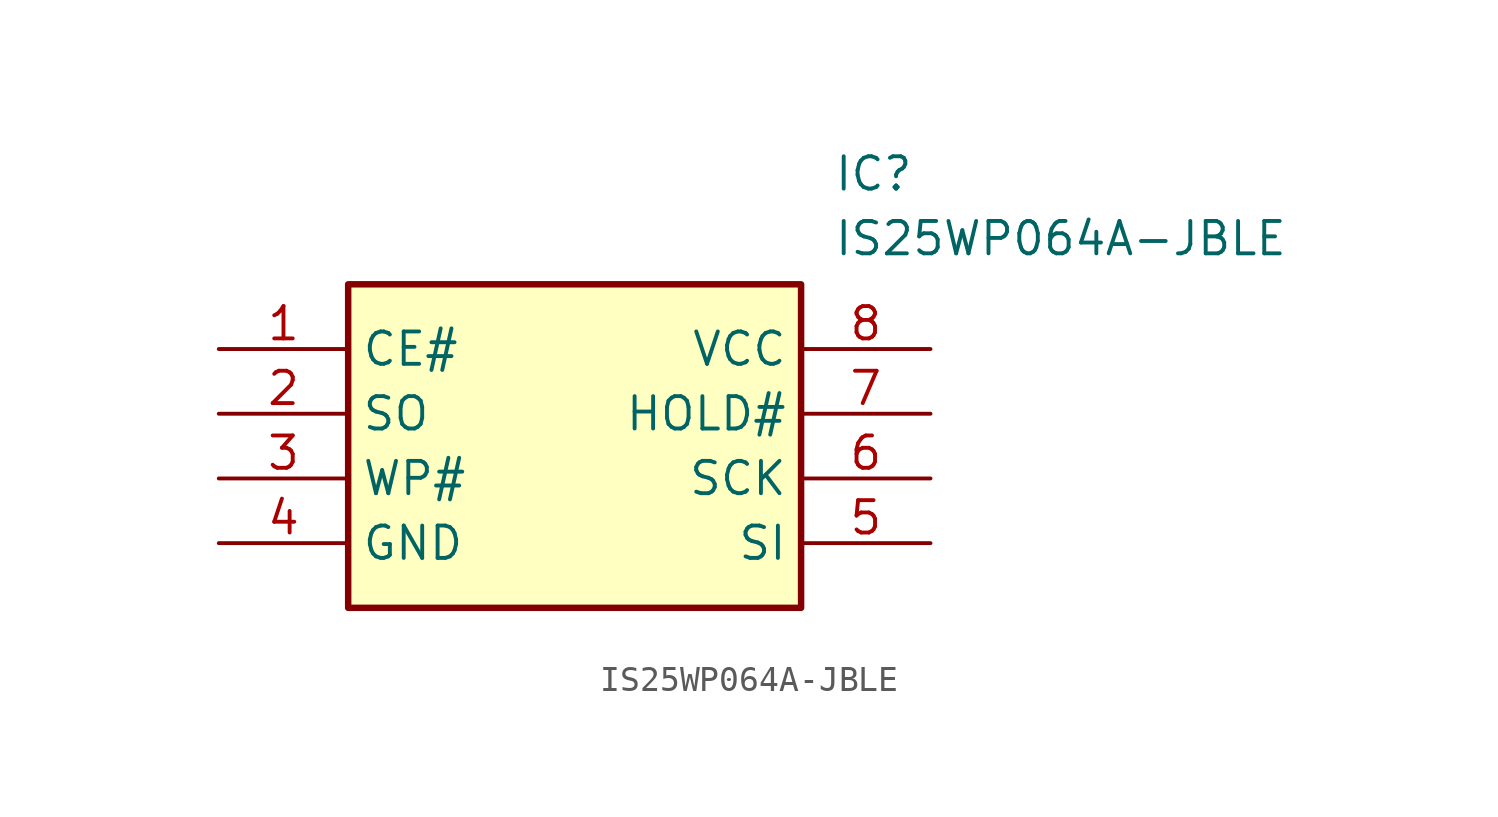
<source format=kicad_sym>
(kicad_symbol_lib
  (version 20211014)
  (generator SamacSys_ECAD_Model)
  (symbol "IS25WP064A-JBLE"
    (property "Reference" "IC"
      (at 24.13 7.62 0)
      (effects (font (size 1.27 1.27)) (justify left top)))
    (property "Value" "IS25WP064A-JBLE"
      (at 24.13 5.08 0)
      (effects (font (size 1.27 1.27)) (justify left top)))
    (rectangle
      (start 5.08 2.54)
      (end 22.86 -10.16)
      (stroke (width 0.254) (type default))
      (fill (type background)))
    (pin passive line
      (at 0 0 0)
      (length 5.08)
      (name "CE#" (effects (font (size 1.27 1.27))))
      (number "1" (effects (font (size 1.27 1.27)))))
    (pin passive line
      (at 0 -2.54 0)
      (length 5.08)
      (name "SO" (effects (font (size 1.27 1.27))))
      (number "2" (effects (font (size 1.27 1.27)))))
    (pin passive line
      (at 0 -5.08 0)
      (length 5.08)
      (name "WP#" (effects (font (size 1.27 1.27))))
      (number "3" (effects (font (size 1.27 1.27)))))
    (pin passive line
      (at 0 -7.62 0)
      (length 5.08)
      (name "GND" (effects (font (size 1.27 1.27))))
      (number "4" (effects (font (size 1.27 1.27)))))
    (pin passive line
      (at 27.94 0 180)
      (length 5.08)
      (name "VCC" (effects (font (size 1.27 1.27))))
      (number "8" (effects (font (size 1.27 1.27)))))
    (pin passive line
      (at 27.94 -2.54 180)
      (length 5.08)
      (name "HOLD#" (effects (font (size 1.27 1.27))))
      (number "7" (effects (font (size 1.27 1.27)))))
    (pin passive line
      (at 27.94 -5.08 180)
      (length 5.08)
      (name "SCK" (effects (font (size 1.27 1.27))))
      (number "6" (effects (font (size 1.27 1.27)))))
    (pin passive line
      (at 27.94 -7.62 180)
      (length 5.08)
      (name "SI" (effects (font (size 1.27 1.27))))
      (number "5" (effects (font (size 1.27 1.27)))))))
</source>
